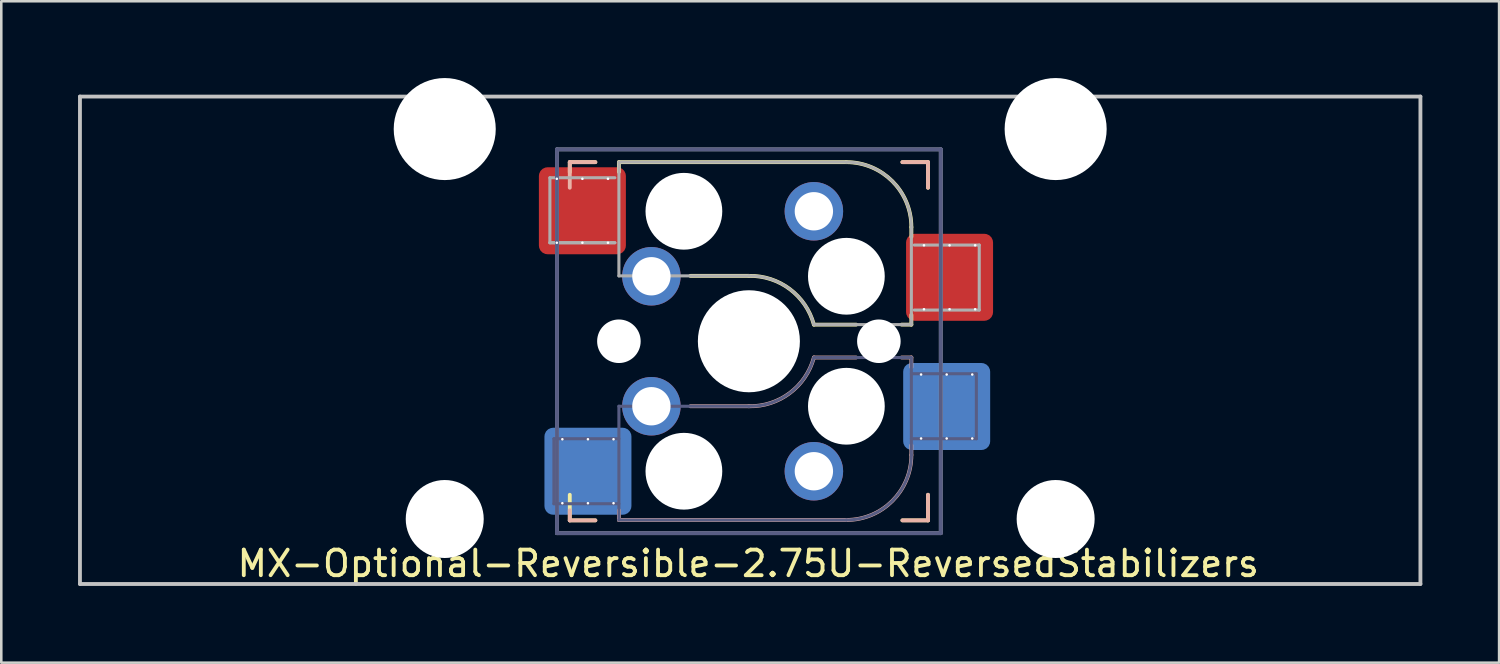
<source format=kicad_pcb>
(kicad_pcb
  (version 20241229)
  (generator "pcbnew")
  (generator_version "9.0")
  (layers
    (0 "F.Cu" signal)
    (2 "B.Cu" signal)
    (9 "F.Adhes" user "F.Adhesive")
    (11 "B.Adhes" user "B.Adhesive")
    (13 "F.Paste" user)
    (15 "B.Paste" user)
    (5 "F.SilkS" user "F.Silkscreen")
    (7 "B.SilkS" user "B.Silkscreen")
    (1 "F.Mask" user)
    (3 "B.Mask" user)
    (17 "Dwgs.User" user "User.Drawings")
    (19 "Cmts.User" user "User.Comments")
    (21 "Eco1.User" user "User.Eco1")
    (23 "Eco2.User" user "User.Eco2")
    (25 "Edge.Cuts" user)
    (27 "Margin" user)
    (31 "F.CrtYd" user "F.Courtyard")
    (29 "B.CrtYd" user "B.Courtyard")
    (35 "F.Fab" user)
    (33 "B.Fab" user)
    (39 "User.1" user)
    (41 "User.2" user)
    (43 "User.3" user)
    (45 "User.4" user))
  (footprint "MX-Optional-Reversible-2.75U-ReversedStabilizers"
    (layer "F.Cu")
    (at 26.269 10.249)
    (property "Reference" "MX-Optional-Reversible-2.75U-ReversedStabilizers" (at -0.077 8.726 180) (layer "F.SilkS") (effects (font (size 1 1) (thickness 0.15))))
    (attr smd)
    (fp_rect (start -8.258 -6.062) (end -4.858 -4.062) (stroke (width 0.1) (type solid)) (fill yes) (layer "F.Mask"))
    (fp_rect (start 6.092 -3.462) (end 9.492 -1.462) (stroke (width 0.1) (type solid)) (fill yes) (layer "F.Mask"))
    (fp_rect (start -8.041 4.118) (end -4.641 6.118) (stroke (width 0.1) (type solid)) (fill yes) (layer "B.Mask"))
    (fp_rect (start 5.979 1.588) (end 9.379 3.588) (stroke (width 0.1) (type solid)) (fill yes) (layer "B.Mask"))
    (fp_line (start -7.051 -6.962) (end -6.051 -6.962) (stroke (width 0.15) (type solid)) (layer "F.SilkS"))
    (fp_line (start -7.051 -6.566) (end -7.051 -6.962) (stroke (width 0.15) (type solid)) (layer "F.SilkS"))
    (fp_line (start -7.051 7.038) (end -7.051 6.038) (stroke (width 0.15) (type solid)) (layer "F.SilkS"))
    (fp_line (start -6.051 7.038) (end -7.051 7.038) (stroke (width 0.15) (type solid)) (layer "F.SilkS"))
    (fp_line (start -5.131 -6.581) (end -5.131 -6.962) (stroke (width 0.15) (type solid)) (layer "F.SilkS"))
    (fp_line (start -2.337 -2.517) (end -0.051 -2.517) (stroke (width 0.15) (type solid)) (layer "F.SilkS"))
    (fp_line (start 2.489 -0.612) (end 4.14 -0.612) (stroke (width 0.15) (type solid)) (layer "F.SilkS"))
    (fp_line (start 3.759 -6.962) (end -5.131 -6.962) (stroke (width 0.15) (type solid)) (layer "F.SilkS"))
    (fp_line (start 5.918 -0.612) (end 6.299 -0.612) (stroke (width 0.15) (type solid)) (layer "F.SilkS"))
    (fp_line (start 5.949 -6.962) (end 6.949 -6.962) (stroke (width 0.15) (type solid)) (layer "F.SilkS"))
    (fp_line (start 6.299 -4.041) (end 6.299 -4.422) (stroke (width 0.15) (type solid)) (layer "F.SilkS"))
    (fp_line (start 6.299 -0.612) (end 6.299 -0.993) (stroke (width 0.15) (type solid)) (layer "F.SilkS"))
    (fp_line (start 6.949 -6.962) (end 6.949 -5.962) (stroke (width 0.15) (type solid)) (layer "F.SilkS"))
    (fp_line (start 6.949 6.038) (end 6.949 7.038) (stroke (width 0.15) (type solid)) (layer "F.SilkS"))
    (fp_line (start 6.949 7.038) (end 5.949 7.038) (stroke (width 0.15) (type solid)) (layer "F.SilkS"))
    (fp_arc (start -0.05085 -2.51696) (mid 1.54712 -2.001754) (end 2.48915 -0.61196) (stroke (width 0.15) (type solid)) (layer "F.SilkS"))
    (fp_arc (start 3.75915 -6.96196) (mid 5.555201 -6.218011) (end 6.29915 -4.42196) (stroke (width 0.15) (type solid)) (layer "F.SilkS"))
    (fp_line (start -7.051 -6.962) (end -6.051 -6.962) (stroke (width 0.15) (type solid)) (layer "B.SilkS"))
    (fp_line (start -7.051 -5.962) (end -7.051 -6.962) (stroke (width 0.15) (type solid)) (layer "B.SilkS"))
    (fp_line (start -7.051 7.038) (end -7.051 6.642) (stroke (width 0.15) (type solid)) (layer "B.SilkS"))
    (fp_line (start -6.051 7.038) (end -7.051 7.038) (stroke (width 0.15) (type solid)) (layer "B.SilkS"))
    (fp_line (start -5.131 7.023) (end -5.131 6.642) (stroke (width 0.15) (type solid)) (layer "B.SilkS"))
    (fp_line (start -5.131 7.023) (end 3.759 7.023) (stroke (width 0.15) (type solid)) (layer "B.SilkS"))
    (fp_line (start -0.051 2.578) (end -2.337 2.578) (stroke (width 0.15) (type solid)) (layer "B.SilkS"))
    (fp_line (start 4.14 0.673) (end 2.489 0.673) (stroke (width 0.15) (type solid)) (layer "B.SilkS"))
    (fp_line (start 5.949 -6.962) (end 6.949 -6.962) (stroke (width 0.15) (type solid)) (layer "B.SilkS"))
    (fp_line (start 6.299 0.673) (end 5.918 0.673) (stroke (width 0.15) (type solid)) (layer "B.SilkS"))
    (fp_line (start 6.299 1.054) (end 6.299 0.673) (stroke (width 0.15) (type solid)) (layer "B.SilkS"))
    (fp_line (start 6.299 4.483) (end 6.299 4.102) (stroke (width 0.15) (type solid)) (layer "B.SilkS"))
    (fp_line (start 6.949 -6.962) (end 6.949 -5.962) (stroke (width 0.15) (type solid)) (layer "B.SilkS"))
    (fp_line (start 6.949 6.038) (end 6.949 7.038) (stroke (width 0.15) (type solid)) (layer "B.SilkS"))
    (fp_line (start 6.949 7.038) (end 5.949 7.038) (stroke (width 0.15) (type solid)) (layer "B.SilkS"))
    (fp_arc (start 2.48915 0.67304) (mid 1.547119 2.062831) (end -0.05085 2.57804) (stroke (width 0.15) (type solid)) (layer "B.SilkS"))
    (fp_arc (start 6.29915 4.48304) (mid 5.555201 6.279091) (end 3.75915 7.02304) (stroke (width 0.15) (type solid)) (layer "B.SilkS"))
    (fp_line (start -26.194 9.525) (end -26.194 -9.525) (stroke (width 0.15) (type solid)) (layer "Dwgs.User"))
    (fp_line (start 26.194 -9.525) (end -26.194 -9.525) (stroke (width 0.15) (type solid)) (layer "Dwgs.User"))
    (fp_line (start 26.194 9.525) (end -26.194 9.525) (stroke (width 0.15) (type solid)) (layer "Dwgs.User"))
    (fp_line (start 26.194 9.525) (end 26.194 -9.525) (stroke (width 0.15) (type solid)) (layer "Dwgs.User"))
    (fp_line (start -6.951 6.938) (end -6.951 -6.862) (stroke (width 0.15) (type solid)) (layer "Eco2.User"))
    (fp_line (start -6.951 6.938) (end 6.849 6.938) (stroke (width 0.15) (type solid)) (layer "Eco2.User"))
    (fp_line (start 6.849 -6.862) (end -6.951 -6.862) (stroke (width 0.15) (type solid)) (layer "Eco2.User"))
    (fp_line (start 6.849 -6.862) (end 6.849 6.938) (stroke (width 0.15) (type solid)) (layer "Eco2.User"))
    (fp_line (start -7.671 3.848) (end -7.671 6.388) (stroke (width 0.12) (type solid)) (layer "B.Fab"))
    (fp_line (start -7.671 6.388) (end -5.131 6.388) (stroke (width 0.12) (type solid)) (layer "B.Fab"))
    (fp_line (start -7.551 -7.462) (end 7.449 -7.462) (stroke (width 0.15) (type solid)) (layer "B.Fab"))
    (fp_line (start -7.551 7.538) (end -7.551 -7.462) (stroke (width 0.15) (type solid)) (layer "B.Fab"))
    (fp_line (start -5.131 2.578) (end -5.131 7.023) (stroke (width 0.12) (type solid)) (layer "B.Fab"))
    (fp_line (start -5.131 3.848) (end -7.671 3.848) (stroke (width 0.12) (type solid)) (layer "B.Fab"))
    (fp_line (start -5.131 7.023) (end 3.759 7.023) (stroke (width 0.12) (type solid)) (layer "B.Fab"))
    (fp_line (start -0.051 2.578) (end -5.131 2.578) (stroke (width 0.12) (type solid)) (layer "B.Fab"))
    (fp_line (start 6.299 0.673) (end 2.489 0.673) (stroke (width 0.12) (type solid)) (layer "B.Fab"))
    (fp_line (start 6.299 3.848) (end 8.839 3.848) (stroke (width 0.12) (type solid)) (layer "B.Fab"))
    (fp_line (start 6.299 4.483) (end 6.299 0.673) (stroke (width 0.12) (type solid)) (layer "B.Fab"))
    (fp_line (start 7.449 -7.462) (end 7.449 7.538) (stroke (width 0.15) (type solid)) (layer "B.Fab"))
    (fp_line (start 7.449 7.538) (end -7.551 7.538) (stroke (width 0.15) (type solid)) (layer "B.Fab"))
    (fp_line (start 8.839 1.308) (end 6.299 1.308) (stroke (width 0.12) (type solid)) (layer "B.Fab"))
    (fp_line (start 8.839 3.848) (end 8.839 1.308) (stroke (width 0.12) (type solid)) (layer "B.Fab"))
    (fp_arc (start 2.48915 0.67304) (mid 1.547119 2.062831) (end -0.05085 2.57804) (stroke (width 0.12) (type solid)) (layer "B.Fab"))
    (fp_arc (start 6.29915 4.48304) (mid 5.555201 6.279091) (end 3.75915 7.02304) (stroke (width 0.12) (type solid)) (layer "B.Fab"))
    (fp_line (start -7.828 -6.352) (end -7.828 -3.812) (stroke (width 0.12) (type solid)) (layer "F.Fab"))
    (fp_line (start -7.828 -3.812) (end -5.288 -3.812) (stroke (width 0.12) (type solid)) (layer "F.Fab"))
    (fp_line (start -7.828 -3.812) (end -5.288 -3.812) (stroke (width 0.12) (type solid)) (layer "F.Fab"))
    (fp_line (start -7.551 -7.462) (end 7.449 -7.462) (stroke (width 0.15) (type solid)) (layer "F.Fab"))
    (fp_line (start -7.551 7.538) (end -7.551 -7.462) (stroke (width 0.15) (type solid)) (layer "F.Fab"))
    (fp_line (start -5.288 -6.352) (end -7.828 -6.352) (stroke (width 0.12) (type solid)) (layer "F.Fab"))
    (fp_line (start -5.131 -6.962) (end -5.131 -2.517) (stroke (width 0.12) (type solid)) (layer "F.Fab"))
    (fp_line (start -5.131 -2.517) (end -0.051 -2.517) (stroke (width 0.12) (type solid)) (layer "F.Fab"))
    (fp_line (start 2.489 -0.612) (end 6.299 -0.612) (stroke (width 0.12) (type solid)) (layer "F.Fab"))
    (fp_line (start 3.759 -6.962) (end -5.131 -6.962) (stroke (width 0.12) (type solid)) (layer "F.Fab"))
    (fp_line (start 6.299 -0.612) (end 6.299 -4.422) (stroke (width 0.12) (type solid)) (layer "F.Fab"))
    (fp_line (start 6.412 -1.182) (end 8.952 -1.182) (stroke (width 0.12) (type solid)) (layer "F.Fab"))
    (fp_line (start 7.449 -7.462) (end 7.449 7.538) (stroke (width 0.15) (type solid)) (layer "F.Fab"))
    (fp_line (start 7.449 7.538) (end -7.551 7.538) (stroke (width 0.15) (type solid)) (layer "F.Fab"))
    (fp_line (start 8.952 -3.722) (end 6.412 -3.722) (stroke (width 0.12) (type solid)) (layer "F.Fab"))
    (fp_line (start 8.952 -1.182) (end 8.952 -3.722) (stroke (width 0.12) (type solid)) (layer "F.Fab"))
    (fp_arc (start -0.05085 -2.51696) (mid 1.547122 -2.001755) (end 2.48915 -0.61196) (stroke (width 0.12) (type solid)) (layer "F.Fab"))
    (fp_arc (start 3.75915 -6.96196) (mid 5.555201 -6.218011) (end 6.29915 -4.42196) (stroke (width 0.12) (type solid)) (layer "F.Fab"))
    (pad "" np_thru_hole circle (at -11.938 -8.255) (size 3.988 3.988) (drill 3.988) (layers "*.Cu" "*.Mask"))
    (pad "" np_thru_hole circle (at -11.938 6.985) (size 3.048 3.048) (drill 3.048) (layers "*.Cu" "*.Mask"))
    (pad "" np_thru_hole circle (at -5.131 0.038) (size 1.702 1.702) (drill 1.702) (layers "*.Cu" "*.Mask"))
    (pad "" np_thru_hole circle (at -2.591 -5.042) (size 3 3) (drill 3) (layers "*.Cu" "*.Mask"))
    (pad "" np_thru_hole circle (at -2.591 5.118) (size 3 3) (drill 3) (layers "*.Cu" "*.Mask"))
    (pad "" np_thru_hole circle (at -0.051 0.038) (size 3.988 3.988) (drill 3.988) (layers "*.Cu" "*.Mask"))
    (pad "" np_thru_hole circle (at 3.759 -2.502) (size 3 3) (drill 3) (layers "*.Cu" "*.Mask"))
    (pad "" np_thru_hole circle (at 3.759 2.578) (size 3 3) (drill 3) (layers "*.Cu" "*.Mask"))
    (pad "" np_thru_hole circle (at 5.029 0.038) (size 1.702 1.702) (drill 1.702) (layers "*.Cu" "*.Mask"))
    (pad "" np_thru_hole circle (at 11.938 -8.255) (size 3.988 3.988) (drill 3.988) (layers "*.Cu" "*.Mask"))
    (pad "" np_thru_hole circle (at 11.938 6.985) (size 3.048 3.048) (drill 3.048) (layers "*.Cu" "*.Mask"))
    (pad "1" thru_hole circle (at -7.558 -6.312 270) (size 0.1 0.1) (drill 0.3) (layers "*.Cu" "*.Mask"))
    (pad "1" thru_hole circle (at -7.558 -3.812 270) (size 0.1 0.1) (drill 0.3) (layers "*.Cu" "*.Mask"))
    (pad "1" thru_hole circle (at -7.341 3.868 270) (size 0.1 0.1) (drill 0.3) (layers "*.Cu" "*.Mask"))
    (pad "1" thru_hole circle (at -7.341 6.368 270) (size 0.1 0.1) (drill 0.3) (layers "*.Cu" "*.Mask"))
    (pad "1" thru_hole circle (at -6.558 -6.312 270) (size 0.1 0.1) (drill 0.3) (layers "*.Cu"))
    (pad "1" smd roundrect (at -6.558 -5.062 180) (size 3.4 3.4) (property pad_prop_bga) (layers "F.Cu" "F.Paste") (roundrect_rratio 0.1))
    (pad "1" thru_hole circle (at -6.558 -3.812 270) (size 0.1 0.1) (drill 0.3) (layers "*.Cu" "*.Mask"))
    (pad "1" thru_hole circle (at -6.341 3.868 270) (size 0.1 0.1) (drill 0.3) (layers "*.Cu"))
    (pad "1" smd roundrect (at -6.341 5.118) (size 3.4 3.4) (property pad_prop_bga) (layers "B.Cu" "B.Paste") (roundrect_rratio 0.1))
    (pad "1" thru_hole circle (at -6.341 6.368 270) (size 0.1 0.1) (drill 0.3) (layers "*.Cu" "*.Mask"))
    (pad "1" thru_hole circle (at -5.558 -6.312 270) (size 0.1 0.1) (drill 0.3) (layers "*.Cu"))
    (pad "1" thru_hole circle (at -5.558 -3.812 270) (size 0.1 0.1) (drill 0.3) (layers "*.Cu" "*.Mask"))
    (pad "1" thru_hole circle (at -5.341 3.868 270) (size 0.1 0.1) (drill 0.3) (layers "*.Cu"))
    (pad "1" thru_hole circle (at -5.341 6.368 270) (size 0.1 0.1) (drill 0.3) (layers "*.Cu" "*.Mask"))
    (pad "1" thru_hole circle (at -3.861 -2.502) (size 2.286 2.286) (drill 1.499) (layers "*.Cu" "*.Mask"))
    (pad "1" thru_hole circle (at -3.861 2.578) (size 2.286 2.286) (drill 1.499) (layers "*.Cu" "*.Mask"))
    (pad "2" thru_hole circle (at 2.489 -5.042) (size 2.286 2.286) (drill 1.499) (layers "*.Cu" "*.Mask"))
    (pad "2" thru_hole circle (at 2.489 5.118) (size 2.286 2.286) (drill 1.499) (layers "*.Cu" "*.Mask"))
    (pad "2" thru_hole circle (at 6.679 1.338 270) (size 0.1 0.1) (drill 0.3) (layers "*.Cu" "*.Mask"))
    (pad "2" thru_hole circle (at 6.679 3.838 270) (size 0.1 0.1) (drill 0.3) (layers "*.Cu" "*.Mask"))
    (pad "2" thru_hole circle (at 6.792 -3.712 270) (size 0.1 0.1) (drill 0.3) (layers "*.Cu" "*.Mask"))
    (pad "2" thru_hole circle (at 6.792 -1.212 270) (size 0.1 0.1) (drill 0.3) (layers "*.Cu" "*.Mask"))
    (pad "2" thru_hole circle (at 7.679 1.338 270) (size 0.1 0.1) (drill 0.3) (layers "*.Cu" "*.Mask"))
    (pad "2" smd roundrect (at 7.679 2.588) (size 3.4 3.4) (property pad_prop_bga) (layers "B.Cu" "B.Paste") (roundrect_rratio 0.1))
    (pad "2" thru_hole circle (at 7.679 3.838 270) (size 0.1 0.1) (drill 0.3) (layers "*.Cu"))
    (pad "2" thru_hole circle (at 7.792 -3.712 270) (size 0.1 0.1) (drill 0.3) (layers "*.Cu"))
    (pad "2" smd roundrect (at 7.792 -2.462 180) (size 3.4 3.4) (property pad_prop_bga) (layers "F.Cu" "F.Paste") (roundrect_rratio 0.1))
    (pad "2" thru_hole circle (at 7.792 -1.212 270) (size 0.1 0.1) (drill 0.3) (layers "*.Cu" "*.Mask"))
    (pad "2" thru_hole circle (at 8.679 1.338 270) (size 0.1 0.1) (drill 0.3) (layers "*.Cu" "*.Mask"))
    (pad "2" thru_hole circle (at 8.679 3.838 270) (size 0.1 0.1) (drill 0.3) (layers "*.Cu"))
    (pad "2" thru_hole circle (at 8.792 -3.712 270) (size 0.1 0.1) (drill 0.3) (layers "*.Cu"))
    (pad "2" thru_hole circle (at 8.792 -1.212 270) (size 0.1 0.1) (drill 0.3) (layers "*.Cu" "*.Mask")))
  (gr_rect
    (start -3 -3)
    (end 55.538 22.849)
    (stroke (width 0.1) (type default))
    (fill no)
    (layer "Edge.Cuts")))
</source>
